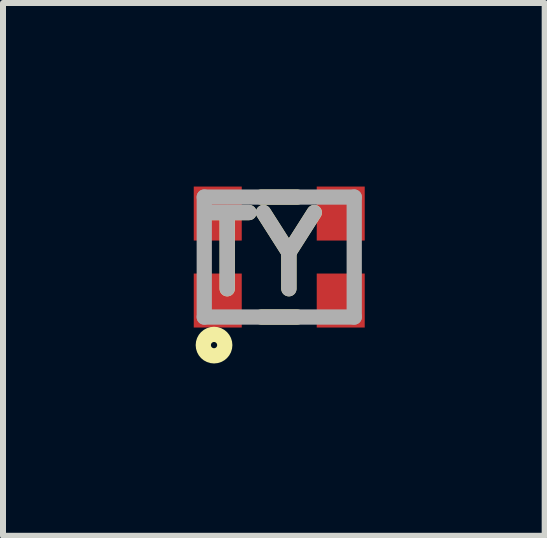
<source format=kicad_pcb>
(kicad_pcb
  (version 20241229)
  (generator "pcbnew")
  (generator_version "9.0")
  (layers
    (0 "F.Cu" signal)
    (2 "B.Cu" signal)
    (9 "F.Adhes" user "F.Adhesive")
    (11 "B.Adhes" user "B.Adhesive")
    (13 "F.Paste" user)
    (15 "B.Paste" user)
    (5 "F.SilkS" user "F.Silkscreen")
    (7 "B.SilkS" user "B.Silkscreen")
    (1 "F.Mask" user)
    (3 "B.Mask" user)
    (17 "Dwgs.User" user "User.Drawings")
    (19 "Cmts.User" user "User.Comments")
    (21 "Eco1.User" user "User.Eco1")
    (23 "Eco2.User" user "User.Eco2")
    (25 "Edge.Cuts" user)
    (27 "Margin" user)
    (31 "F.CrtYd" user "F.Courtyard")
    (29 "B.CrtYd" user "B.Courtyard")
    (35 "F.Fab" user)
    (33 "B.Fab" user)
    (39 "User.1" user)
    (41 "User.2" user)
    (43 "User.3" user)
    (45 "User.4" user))
  (footprint "TY"
    (layer "F.Cu")
    (at 1.605 1.235)
    (property "Reference" "TY" (at -0.323 -0.046 0) (layer "F.SilkS") (effects (font (size 1.27 1.27) (thickness 0.254))))
    (attr smd)
    (fp_line (start -0.3 -1) (end 0.3 -1) (stroke (width 0.254) (type solid)) (layer "F.SilkS"))
    (fp_line (start -0.3 1) (end 0.3 1) (stroke (width 0.254) (type solid)) (layer "F.SilkS"))
    (fp_circle (center -1.087 1.468) (end -1.087 1.52) (stroke (width 0.254) (type solid)) (fill no) (layer "F.SilkS"))
    (fp_line (start -1.25 -1) (end 1.25 -1) (stroke (width 0.254) (type solid)) (layer "F.Fab"))
    (fp_line (start -1.25 1) (end -1.25 -1) (stroke (width 0.254) (type solid)) (layer "F.Fab"))
    (fp_line (start 1.25 -1) (end 1.25 1) (stroke (width 0.254) (type solid)) (layer "F.Fab"))
    (fp_line (start 1.25 1) (end -1.25 1) (stroke (width 0.254) (type solid)) (layer "F.Fab"))
    (fp_text user "${REFERENCE}" (at -0.323 -0.046 0) (layer "F.Fab") (effects (font (size 1.27 1.27) (thickness 0.254))))
    (pad "1" smd rect (at -1.025 0.725) (size 0.8 0.9) (layers "F.Cu" "F.Mask" "F.Paste"))
    (pad "2" smd rect (at 1.025 0.725) (size 0.8 0.9) (layers "F.Cu" "F.Mask" "F.Paste"))
    (pad "3" smd rect (at 1.025 -0.725) (size 0.8 0.9) (layers "F.Cu" "F.Mask" "F.Paste"))
    (pad "4" smd rect (at -1.025 -0.725) (size 0.8 0.9) (layers "F.Cu" "F.Mask" "F.Paste")))
  (gr_rect
    (start -3 -3)
    (end 6.03 5.882)
    (stroke (width 0.1) (type default))
    (fill no)
    (layer "Edge.Cuts")))
</source>
